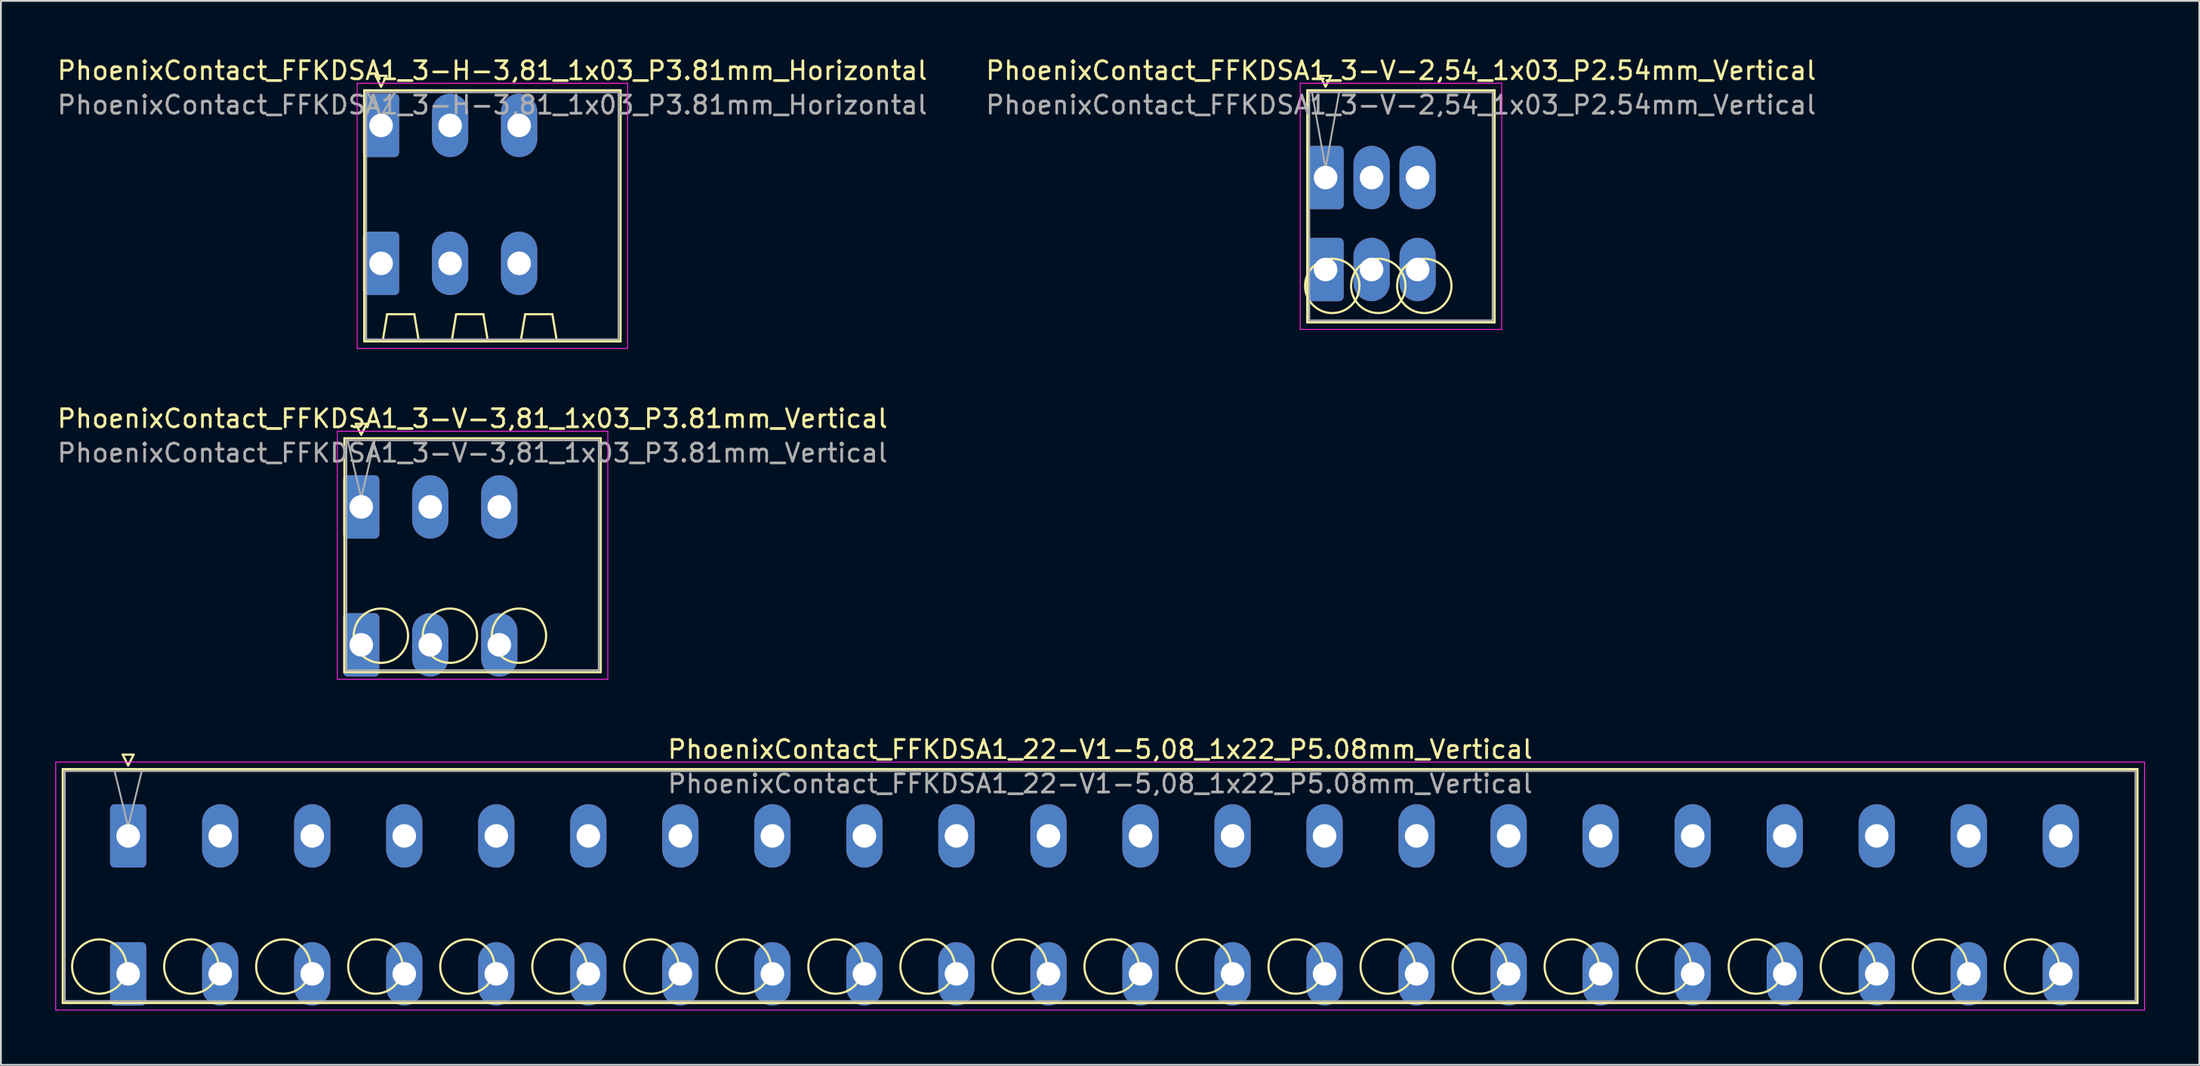
<source format=kicad_pcb>
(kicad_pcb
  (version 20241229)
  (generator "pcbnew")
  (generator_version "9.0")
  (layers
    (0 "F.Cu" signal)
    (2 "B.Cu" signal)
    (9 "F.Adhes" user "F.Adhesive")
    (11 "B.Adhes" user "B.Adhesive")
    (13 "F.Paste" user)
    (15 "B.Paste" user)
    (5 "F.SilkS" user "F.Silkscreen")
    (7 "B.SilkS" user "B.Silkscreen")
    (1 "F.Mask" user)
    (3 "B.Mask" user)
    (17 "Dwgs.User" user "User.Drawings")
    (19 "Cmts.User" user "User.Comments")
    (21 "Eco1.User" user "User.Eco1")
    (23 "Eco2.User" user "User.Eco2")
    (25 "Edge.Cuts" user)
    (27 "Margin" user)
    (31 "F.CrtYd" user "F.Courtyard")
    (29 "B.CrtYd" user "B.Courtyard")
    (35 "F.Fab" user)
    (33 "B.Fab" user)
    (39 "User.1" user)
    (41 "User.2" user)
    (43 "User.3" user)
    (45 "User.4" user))
  (footprint "PhoenixContact_FFKDSA1_3-V-2,54_1x03_P2.54mm_Vertical"
    (layer "F.Cu")
    (at 70.12 6.758)
    (property "Reference" "PhoenixContact_FFKDSA1_3-V-2,54_1x03_P2.54mm_Vertical" (at 4.16 -5.91 0) (layer "F.SilkS") (effects (font (size 1 1) (thickness 0.15))))
    (attr through_hole)
    (fp_line (start -1.01 -4.82) (end -1.01 8) (stroke (width 0.12) (type solid)) (layer "F.SilkS"))
    (fp_line (start -1.01 8) (end 9.33 8) (stroke (width 0.12) (type solid)) (layer "F.SilkS"))
    (fp_line (start -0.3 -5.62) (end 0.3 -5.62) (stroke (width 0.12) (type solid)) (layer "F.SilkS"))
    (fp_line (start 0 -5.02) (end -0.3 -5.62) (stroke (width 0.12) (type solid)) (layer "F.SilkS"))
    (fp_line (start 0.3 -5.62) (end 0 -5.02) (stroke (width 0.12) (type solid)) (layer "F.SilkS"))
    (fp_line (start 9.33 -4.82) (end -1.01 -4.82) (stroke (width 0.12) (type solid)) (layer "F.SilkS"))
    (fp_line (start 9.33 8) (end 9.33 -4.82) (stroke (width 0.12) (type solid)) (layer "F.SilkS"))
    (fp_circle (center 0.37 5.985) (end 1.87 5.985) (stroke (width 0.12) (type solid)) (fill no) (layer "F.SilkS"))
    (fp_circle (center 2.91 5.985) (end 4.41 5.985) (stroke (width 0.12) (type solid)) (fill no) (layer "F.SilkS"))
    (fp_circle (center 5.45 5.985) (end 6.95 5.985) (stroke (width 0.12) (type solid)) (fill no) (layer "F.SilkS"))
    (fp_line (start -1.4 -5.21) (end -1.4 8.39) (stroke (width 0.05) (type solid)) (layer "F.CrtYd"))
    (fp_line (start -1.4 8.39) (end 9.72 8.39) (stroke (width 0.05) (type solid)) (layer "F.CrtYd"))
    (fp_line (start 9.72 -5.21) (end -1.4 -5.21) (stroke (width 0.05) (type solid)) (layer "F.CrtYd"))
    (fp_line (start 9.72 8.39) (end 9.72 -5.21) (stroke (width 0.05) (type solid)) (layer "F.CrtYd"))
    (fp_line (start -0.9 -4.71) (end -0.9 7.89) (stroke (width 0.1) (type solid)) (layer "F.Fab"))
    (fp_line (start -0.9 7.89) (end 9.22 7.89) (stroke (width 0.1) (type solid)) (layer "F.Fab"))
    (fp_line (start 0 -0.5) (end -0.75 -4.71) (stroke (width 0.1) (type solid)) (layer "F.Fab"))
    (fp_line (start 0.75 -4.71) (end 0 -0.5) (stroke (width 0.1) (type solid)) (layer "F.Fab"))
    (fp_line (start 9.22 -4.71) (end -0.9 -4.71) (stroke (width 0.1) (type solid)) (layer "F.Fab"))
    (fp_line (start 9.22 7.89) (end 9.22 -4.71) (stroke (width 0.1) (type solid)) (layer "F.Fab"))
    (fp_text user "${REFERENCE}" (at 4.16 -4.01 0) (layer "F.Fab") (effects (font (size 1 1) (thickness 0.15))))
    (pad "1" thru_hole roundrect (at 0 0) (size 2 3.5) (drill 1.3) (layers "*.Cu" "*.Mask") (roundrect_rratio 0.125))
    (pad "1" thru_hole roundrect (at 0 5.08) (size 2 3.5) (drill 1.3) (layers "*.Cu" "*.Mask") (roundrect_rratio 0.125))
    (pad "2" thru_hole oval (at 2.54 0) (size 2 3.5) (drill 1.3) (layers "*.Cu" "*.Mask"))
    (pad "2" thru_hole oval (at 2.54 5.08) (size 2 3.5) (drill 1.3) (layers "*.Cu" "*.Mask"))
    (pad "3" thru_hole oval (at 5.08 0) (size 2 3.5) (drill 1.3) (layers "*.Cu" "*.Mask"))
    (pad "3" thru_hole oval (at 5.08 5.08) (size 2 3.5) (drill 1.3) (layers "*.Cu" "*.Mask")))
  (footprint "PhoenixContact_FFKDSA1_22-V1-5,08_1x22_P5.08mm_Vertical"
    (layer "F.Cu")
    (at 4.025 43.125)
    (property "Reference" "PhoenixContact_FFKDSA1_22-V1-5,08_1x22_P5.08mm_Vertical" (at 53.65 -4.78 0) (layer "F.SilkS") (effects (font (size 1 1) (thickness 0.15))))
    (attr through_hole)
    (fp_line (start -3.61 -3.69) (end -3.61 9.23) (stroke (width 0.12) (type solid)) (layer "F.SilkS"))
    (fp_line (start -3.61 9.23) (end 110.91 9.23) (stroke (width 0.12) (type solid)) (layer "F.SilkS"))
    (fp_line (start -0.3 -4.49) (end 0.3 -4.49) (stroke (width 0.12) (type solid)) (layer "F.SilkS"))
    (fp_line (start 0 -3.89) (end -0.3 -4.49) (stroke (width 0.12) (type solid)) (layer "F.SilkS"))
    (fp_line (start 0.3 -4.49) (end 0 -3.89) (stroke (width 0.12) (type solid)) (layer "F.SilkS"))
    (fp_line (start 110.91 -3.69) (end -3.61 -3.69) (stroke (width 0.12) (type solid)) (layer "F.SilkS"))
    (fp_line (start 110.91 9.23) (end 110.91 -3.69) (stroke (width 0.12) (type solid)) (layer "F.SilkS"))
    (fp_circle (center -1.595 7.215) (end -0.095 7.215) (stroke (width 0.12) (type solid)) (fill no) (layer "F.SilkS"))
    (fp_circle (center 3.485 7.215) (end 4.985 7.215) (stroke (width 0.12) (type solid)) (fill no) (layer "F.SilkS"))
    (fp_circle (center 8.565 7.215) (end 10.065 7.215) (stroke (width 0.12) (type solid)) (fill no) (layer "F.SilkS"))
    (fp_circle (center 13.645 7.215) (end 15.145 7.215) (stroke (width 0.12) (type solid)) (fill no) (layer "F.SilkS"))
    (fp_circle (center 18.725 7.215) (end 20.225 7.215) (stroke (width 0.12) (type solid)) (fill no) (layer "F.SilkS"))
    (fp_circle (center 23.805 7.215) (end 25.305 7.215) (stroke (width 0.12) (type solid)) (fill no) (layer "F.SilkS"))
    (fp_circle (center 28.885 7.215) (end 30.385 7.215) (stroke (width 0.12) (type solid)) (fill no) (layer "F.SilkS"))
    (fp_circle (center 33.965 7.215) (end 35.465 7.215) (stroke (width 0.12) (type solid)) (fill no) (layer "F.SilkS"))
    (fp_circle (center 39.045 7.215) (end 40.545 7.215) (stroke (width 0.12) (type solid)) (fill no) (layer "F.SilkS"))
    (fp_circle (center 44.125 7.215) (end 45.625 7.215) (stroke (width 0.12) (type solid)) (fill no) (layer "F.SilkS"))
    (fp_circle (center 49.205 7.215) (end 50.705 7.215) (stroke (width 0.12) (type solid)) (fill no) (layer "F.SilkS"))
    (fp_circle (center 54.285 7.215) (end 55.785 7.215) (stroke (width 0.12) (type solid)) (fill no) (layer "F.SilkS"))
    (fp_circle (center 59.365 7.215) (end 60.865 7.215) (stroke (width 0.12) (type solid)) (fill no) (layer "F.SilkS"))
    (fp_circle (center 64.445 7.215) (end 65.945 7.215) (stroke (width 0.12) (type solid)) (fill no) (layer "F.SilkS"))
    (fp_circle (center 69.525 7.215) (end 71.025 7.215) (stroke (width 0.12) (type solid)) (fill no) (layer "F.SilkS"))
    (fp_circle (center 74.605 7.215) (end 76.105 7.215) (stroke (width 0.12) (type solid)) (fill no) (layer "F.SilkS"))
    (fp_circle (center 79.685 7.215) (end 81.185 7.215) (stroke (width 0.12) (type solid)) (fill no) (layer "F.SilkS"))
    (fp_circle (center 84.765 7.215) (end 86.265 7.215) (stroke (width 0.12) (type solid)) (fill no) (layer "F.SilkS"))
    (fp_circle (center 89.845 7.215) (end 91.345 7.215) (stroke (width 0.12) (type solid)) (fill no) (layer "F.SilkS"))
    (fp_circle (center 94.925 7.215) (end 96.425 7.215) (stroke (width 0.12) (type solid)) (fill no) (layer "F.SilkS"))
    (fp_circle (center 100.005 7.215) (end 101.505 7.215) (stroke (width 0.12) (type solid)) (fill no) (layer "F.SilkS"))
    (fp_circle (center 105.085 7.215) (end 106.585 7.215) (stroke (width 0.12) (type solid)) (fill no) (layer "F.SilkS"))
    (fp_line (start -4 -4.08) (end -4 9.62) (stroke (width 0.05) (type solid)) (layer "F.CrtYd"))
    (fp_line (start -4 9.62) (end 111.3 9.62) (stroke (width 0.05) (type solid)) (layer "F.CrtYd"))
    (fp_line (start 111.3 -4.08) (end -4 -4.08) (stroke (width 0.05) (type solid)) (layer "F.CrtYd"))
    (fp_line (start 111.3 9.62) (end 111.3 -4.08) (stroke (width 0.05) (type solid)) (layer "F.CrtYd"))
    (fp_line (start -3.5 -3.58) (end -3.5 9.12) (stroke (width 0.1) (type solid)) (layer "F.Fab"))
    (fp_line (start -3.5 9.12) (end 110.8 9.12) (stroke (width 0.1) (type solid)) (layer "F.Fab"))
    (fp_line (start 0 -0.5) (end -0.75 -3.58) (stroke (width 0.1) (type solid)) (layer "F.Fab"))
    (fp_line (start 0.75 -3.58) (end 0 -0.5) (stroke (width 0.1) (type solid)) (layer "F.Fab"))
    (fp_line (start 110.8 -3.58) (end -3.5 -3.58) (stroke (width 0.1) (type solid)) (layer "F.Fab"))
    (fp_line (start 110.8 9.12) (end 110.8 -3.58) (stroke (width 0.1) (type solid)) (layer "F.Fab"))
    (fp_text user "${REFERENCE}" (at 53.65 -2.88 0) (layer "F.Fab") (effects (font (size 1 1) (thickness 0.15))))
    (pad "1" thru_hole roundrect (at 0 0) (size 2 3.5) (drill 1.3) (layers "*.Cu" "*.Mask") (roundrect_rratio 0.125))
    (pad "1" thru_hole roundrect (at 0 7.62) (size 2 3.5) (drill 1.3) (layers "*.Cu" "*.Mask") (roundrect_rratio 0.125))
    (pad "2" thru_hole oval (at 5.08 0) (size 2 3.5) (drill 1.3) (layers "*.Cu" "*.Mask"))
    (pad "2" thru_hole oval (at 5.08 7.62) (size 2 3.5) (drill 1.3) (layers "*.Cu" "*.Mask"))
    (pad "3" thru_hole oval (at 10.16 0) (size 2 3.5) (drill 1.3) (layers "*.Cu" "*.Mask"))
    (pad "3" thru_hole oval (at 10.16 7.62) (size 2 3.5) (drill 1.3) (layers "*.Cu" "*.Mask"))
    (pad "4" thru_hole oval (at 15.24 0) (size 2 3.5) (drill 1.3) (layers "*.Cu" "*.Mask"))
    (pad "4" thru_hole oval (at 15.24 7.62) (size 2 3.5) (drill 1.3) (layers "*.Cu" "*.Mask"))
    (pad "5" thru_hole oval (at 20.32 0) (size 2 3.5) (drill 1.3) (layers "*.Cu" "*.Mask"))
    (pad "5" thru_hole oval (at 20.32 7.62) (size 2 3.5) (drill 1.3) (layers "*.Cu" "*.Mask"))
    (pad "6" thru_hole oval (at 25.4 0) (size 2 3.5) (drill 1.3) (layers "*.Cu" "*.Mask"))
    (pad "6" thru_hole oval (at 25.4 7.62) (size 2 3.5) (drill 1.3) (layers "*.Cu" "*.Mask"))
    (pad "7" thru_hole oval (at 30.48 0) (size 2 3.5) (drill 1.3) (layers "*.Cu" "*.Mask"))
    (pad "7" thru_hole oval (at 30.48 7.62) (size 2 3.5) (drill 1.3) (layers "*.Cu" "*.Mask"))
    (pad "8" thru_hole oval (at 35.56 0) (size 2 3.5) (drill 1.3) (layers "*.Cu" "*.Mask"))
    (pad "8" thru_hole oval (at 35.56 7.62) (size 2 3.5) (drill 1.3) (layers "*.Cu" "*.Mask"))
    (pad "9" thru_hole oval (at 40.64 0) (size 2 3.5) (drill 1.3) (layers "*.Cu" "*.Mask"))
    (pad "9" thru_hole oval (at 40.64 7.62) (size 2 3.5) (drill 1.3) (layers "*.Cu" "*.Mask"))
    (pad "10" thru_hole oval (at 45.72 0) (size 2 3.5) (drill 1.3) (layers "*.Cu" "*.Mask"))
    (pad "10" thru_hole oval (at 45.72 7.62) (size 2 3.5) (drill 1.3) (layers "*.Cu" "*.Mask"))
    (pad "11" thru_hole oval (at 50.8 0) (size 2 3.5) (drill 1.3) (layers "*.Cu" "*.Mask"))
    (pad "11" thru_hole oval (at 50.8 7.62) (size 2 3.5) (drill 1.3) (layers "*.Cu" "*.Mask"))
    (pad "12" thru_hole oval (at 55.88 0) (size 2 3.5) (drill 1.3) (layers "*.Cu" "*.Mask"))
    (pad "12" thru_hole oval (at 55.88 7.62) (size 2 3.5) (drill 1.3) (layers "*.Cu" "*.Mask"))
    (pad "13" thru_hole oval (at 60.96 0) (size 2 3.5) (drill 1.3) (layers "*.Cu" "*.Mask"))
    (pad "13" thru_hole oval (at 60.96 7.62) (size 2 3.5) (drill 1.3) (layers "*.Cu" "*.Mask"))
    (pad "14" thru_hole oval (at 66.04 0) (size 2 3.5) (drill 1.3) (layers "*.Cu" "*.Mask"))
    (pad "14" thru_hole oval (at 66.04 7.62) (size 2 3.5) (drill 1.3) (layers "*.Cu" "*.Mask"))
    (pad "15" thru_hole oval (at 71.12 0) (size 2 3.5) (drill 1.3) (layers "*.Cu" "*.Mask"))
    (pad "15" thru_hole oval (at 71.12 7.62) (size 2 3.5) (drill 1.3) (layers "*.Cu" "*.Mask"))
    (pad "16" thru_hole oval (at 76.2 0) (size 2 3.5) (drill 1.3) (layers "*.Cu" "*.Mask"))
    (pad "16" thru_hole oval (at 76.2 7.62) (size 2 3.5) (drill 1.3) (layers "*.Cu" "*.Mask"))
    (pad "17" thru_hole oval (at 81.28 0) (size 2 3.5) (drill 1.3) (layers "*.Cu" "*.Mask"))
    (pad "17" thru_hole oval (at 81.28 7.62) (size 2 3.5) (drill 1.3) (layers "*.Cu" "*.Mask"))
    (pad "18" thru_hole oval (at 86.36 0) (size 2 3.5) (drill 1.3) (layers "*.Cu" "*.Mask"))
    (pad "18" thru_hole oval (at 86.36 7.62) (size 2 3.5) (drill 1.3) (layers "*.Cu" "*.Mask"))
    (pad "19" thru_hole oval (at 91.44 0) (size 2 3.5) (drill 1.3) (layers "*.Cu" "*.Mask"))
    (pad "19" thru_hole oval (at 91.44 7.62) (size 2 3.5) (drill 1.3) (layers "*.Cu" "*.Mask"))
    (pad "20" thru_hole oval (at 96.52 0) (size 2 3.5) (drill 1.3) (layers "*.Cu" "*.Mask"))
    (pad "20" thru_hole oval (at 96.52 7.62) (size 2 3.5) (drill 1.3) (layers "*.Cu" "*.Mask"))
    (pad "21" thru_hole oval (at 101.6 0) (size 2 3.5) (drill 1.3) (layers "*.Cu" "*.Mask"))
    (pad "21" thru_hole oval (at 101.6 7.62) (size 2 3.5) (drill 1.3) (layers "*.Cu" "*.Mask"))
    (pad "22" thru_hole oval (at 106.68 0) (size 2 3.5) (drill 1.3) (layers "*.Cu" "*.Mask"))
    (pad "22" thru_hole oval (at 106.68 7.62) (size 2 3.5) (drill 1.3) (layers "*.Cu" "*.Mask")))
  (footprint "PhoenixContact_FFKDSA1_3-H-3,81_1x03_P3.81mm_Horizontal"
    (layer "F.Cu")
    (at 17.985 3.878)
    (property "Reference" "PhoenixContact_FFKDSA1_3-H-3,81_1x03_P3.81mm_Horizontal" (at 6.14 -3.03 0) (layer "F.SilkS") (effects (font (size 1 1) (thickness 0.15))))
    (attr through_hole)
    (fp_line (start -0.93 -1.94) (end -0.93 11.93) (stroke (width 0.12) (type solid)) (layer "F.SilkS"))
    (fp_line (start -0.93 11.93) (end 13.22 11.93) (stroke (width 0.12) (type solid)) (layer "F.SilkS"))
    (fp_line (start -0.3 -2.74) (end 0.3 -2.74) (stroke (width 0.12) (type solid)) (layer "F.SilkS"))
    (fp_line (start 0 -2.14) (end -0.3 -2.74) (stroke (width 0.12) (type solid)) (layer "F.SilkS"))
    (fp_line (start 0.085 11.93) (end 2.085 11.93) (stroke (width 0.12) (type solid)) (layer "F.SilkS"))
    (fp_line (start 0.3 -2.74) (end 0 -2.14) (stroke (width 0.12) (type solid)) (layer "F.SilkS"))
    (fp_line (start 0.335 10.43) (end 0.085 11.93) (stroke (width 0.12) (type solid)) (layer "F.SilkS"))
    (fp_line (start 1.835 10.43) (end 0.335 10.43) (stroke (width 0.12) (type solid)) (layer "F.SilkS"))
    (fp_line (start 2.085 11.93) (end 1.835 10.43) (stroke (width 0.12) (type solid)) (layer "F.SilkS"))
    (fp_line (start 3.895 11.93) (end 5.895 11.93) (stroke (width 0.12) (type solid)) (layer "F.SilkS"))
    (fp_line (start 4.145 10.43) (end 3.895 11.93) (stroke (width 0.12) (type solid)) (layer "F.SilkS"))
    (fp_line (start 5.645 10.43) (end 4.145 10.43) (stroke (width 0.12) (type solid)) (layer "F.SilkS"))
    (fp_line (start 5.895 11.93) (end 5.645 10.43) (stroke (width 0.12) (type solid)) (layer "F.SilkS"))
    (fp_line (start 7.705 11.93) (end 9.705 11.93) (stroke (width 0.12) (type solid)) (layer "F.SilkS"))
    (fp_line (start 7.955 10.43) (end 7.705 11.93) (stroke (width 0.12) (type solid)) (layer "F.SilkS"))
    (fp_line (start 9.455 10.43) (end 7.955 10.43) (stroke (width 0.12) (type solid)) (layer "F.SilkS"))
    (fp_line (start 9.705 11.93) (end 9.455 10.43) (stroke (width 0.12) (type solid)) (layer "F.SilkS"))
    (fp_line (start 13.22 -1.94) (end -0.93 -1.94) (stroke (width 0.12) (type solid)) (layer "F.SilkS"))
    (fp_line (start 13.22 11.93) (end 13.22 -1.94) (stroke (width 0.12) (type solid)) (layer "F.SilkS"))
    (fp_line (start -1.32 -2.33) (end -1.32 12.32) (stroke (width 0.05) (type solid)) (layer "F.CrtYd"))
    (fp_line (start -1.32 12.32) (end 13.61 12.32) (stroke (width 0.05) (type solid)) (layer "F.CrtYd"))
    (fp_line (start 13.61 -2.33) (end -1.32 -2.33) (stroke (width 0.05) (type solid)) (layer "F.CrtYd"))
    (fp_line (start 13.61 12.32) (end 13.61 -2.33) (stroke (width 0.05) (type solid)) (layer "F.CrtYd"))
    (fp_line (start -0.82 -1.83) (end -0.82 11.82) (stroke (width 0.1) (type solid)) (layer "F.Fab"))
    (fp_line (start -0.82 11.82) (end 13.11 11.82) (stroke (width 0.1) (type solid)) (layer "F.Fab"))
    (fp_line (start 0 -0.5) (end -0.75 -1.83) (stroke (width 0.1) (type solid)) (layer "F.Fab"))
    (fp_line (start 0.75 -1.83) (end 0 -0.5) (stroke (width 0.1) (type solid)) (layer "F.Fab"))
    (fp_line (start 13.11 -1.83) (end -0.82 -1.83) (stroke (width 0.1) (type solid)) (layer "F.Fab"))
    (fp_line (start 13.11 11.82) (end 13.11 -1.83) (stroke (width 0.1) (type solid)) (layer "F.Fab"))
    (fp_text user "${REFERENCE}" (at 6.14 -1.13 0) (layer "F.Fab") (effects (font (size 1 1) (thickness 0.15))))
    (pad "1" thru_hole roundrect (at 0 0) (size 2 3.5) (drill 1.3) (layers "*.Cu" "*.Mask") (roundrect_rratio 0.125))
    (pad "1" thru_hole roundrect (at 0 7.62) (size 2 3.5) (drill 1.3) (layers "*.Cu" "*.Mask") (roundrect_rratio 0.125))
    (pad "2" thru_hole oval (at 3.81 0) (size 2 3.5) (drill 1.3) (layers "*.Cu" "*.Mask"))
    (pad "2" thru_hole oval (at 3.81 7.62) (size 2 3.5) (drill 1.3) (layers "*.Cu" "*.Mask"))
    (pad "3" thru_hole oval (at 7.62 0) (size 2 3.5) (drill 1.3) (layers "*.Cu" "*.Mask"))
    (pad "3" thru_hole oval (at 7.62 7.62) (size 2 3.5) (drill 1.3) (layers "*.Cu" "*.Mask")))
  (footprint "PhoenixContact_FFKDSA1_3-V-3,81_1x03_P3.81mm_Vertical"
    (layer "F.Cu")
    (at 16.89 24.951)
    (property "Reference" "PhoenixContact_FFKDSA1_3-V-3,81_1x03_P3.81mm_Vertical" (at 6.14 -4.88 0) (layer "F.SilkS") (effects (font (size 1 1) (thickness 0.15))))
    (attr through_hole)
    (fp_line (start -0.93 -3.79) (end -0.93 9.13) (stroke (width 0.12) (type solid)) (layer "F.SilkS"))
    (fp_line (start -0.93 9.13) (end 13.22 9.13) (stroke (width 0.12) (type solid)) (layer "F.SilkS"))
    (fp_line (start -0.3 -4.59) (end 0.3 -4.59) (stroke (width 0.12) (type solid)) (layer "F.SilkS"))
    (fp_line (start 0 -3.99) (end -0.3 -4.59) (stroke (width 0.12) (type solid)) (layer "F.SilkS"))
    (fp_line (start 0.3 -4.59) (end 0 -3.99) (stroke (width 0.12) (type solid)) (layer "F.SilkS"))
    (fp_line (start 13.22 -3.79) (end -0.93 -3.79) (stroke (width 0.12) (type solid)) (layer "F.SilkS"))
    (fp_line (start 13.22 9.13) (end 13.22 -3.79) (stroke (width 0.12) (type solid)) (layer "F.SilkS"))
    (fp_circle (center 1.085 7.115) (end 2.585 7.115) (stroke (width 0.12) (type solid)) (fill no) (layer "F.SilkS"))
    (fp_circle (center 4.895 7.115) (end 6.395 7.115) (stroke (width 0.12) (type solid)) (fill no) (layer "F.SilkS"))
    (fp_circle (center 8.705 7.115) (end 10.205 7.115) (stroke (width 0.12) (type solid)) (fill no) (layer "F.SilkS"))
    (fp_line (start -1.32 -4.18) (end -1.32 9.52) (stroke (width 0.05) (type solid)) (layer "F.CrtYd"))
    (fp_line (start -1.32 9.52) (end 13.61 9.52) (stroke (width 0.05) (type solid)) (layer "F.CrtYd"))
    (fp_line (start 13.61 -4.18) (end -1.32 -4.18) (stroke (width 0.05) (type solid)) (layer "F.CrtYd"))
    (fp_line (start 13.61 9.52) (end 13.61 -4.18) (stroke (width 0.05) (type solid)) (layer "F.CrtYd"))
    (fp_line (start -0.82 -3.68) (end -0.82 9.02) (stroke (width 0.1) (type solid)) (layer "F.Fab"))
    (fp_line (start -0.82 9.02) (end 13.11 9.02) (stroke (width 0.1) (type solid)) (layer "F.Fab"))
    (fp_line (start 0 -0.5) (end -0.75 -3.68) (stroke (width 0.1) (type solid)) (layer "F.Fab"))
    (fp_line (start 0.75 -3.68) (end 0 -0.5) (stroke (width 0.1) (type solid)) (layer "F.Fab"))
    (fp_line (start 13.11 -3.68) (end -0.82 -3.68) (stroke (width 0.1) (type solid)) (layer "F.Fab"))
    (fp_line (start 13.11 9.02) (end 13.11 -3.68) (stroke (width 0.1) (type solid)) (layer "F.Fab"))
    (fp_text user "${REFERENCE}" (at 6.14 -2.98 0) (layer "F.Fab") (effects (font (size 1 1) (thickness 0.15))))
    (pad "1" thru_hole roundrect (at 0 0) (size 2 3.5) (drill 1.3) (layers "*.Cu" "*.Mask") (roundrect_rratio 0.125))
    (pad "1" thru_hole roundrect (at 0 7.62) (size 2 3.5) (drill 1.3) (layers "*.Cu" "*.Mask") (roundrect_rratio 0.125))
    (pad "2" thru_hole oval (at 3.81 0) (size 2 3.5) (drill 1.3) (layers "*.Cu" "*.Mask"))
    (pad "2" thru_hole oval (at 3.81 7.62) (size 2 3.5) (drill 1.3) (layers "*.Cu" "*.Mask"))
    (pad "3" thru_hole oval (at 7.62 0) (size 2 3.5) (drill 1.3) (layers "*.Cu" "*.Mask"))
    (pad "3" thru_hole oval (at 7.62 7.62) (size 2 3.5) (drill 1.3) (layers "*.Cu" "*.Mask")))
  (gr_rect
    (start -3 -3)
    (end 118.35 55.77)
    (stroke (width 0.1) (type default))
    (fill no)
    (layer "Edge.Cuts")))
</source>
